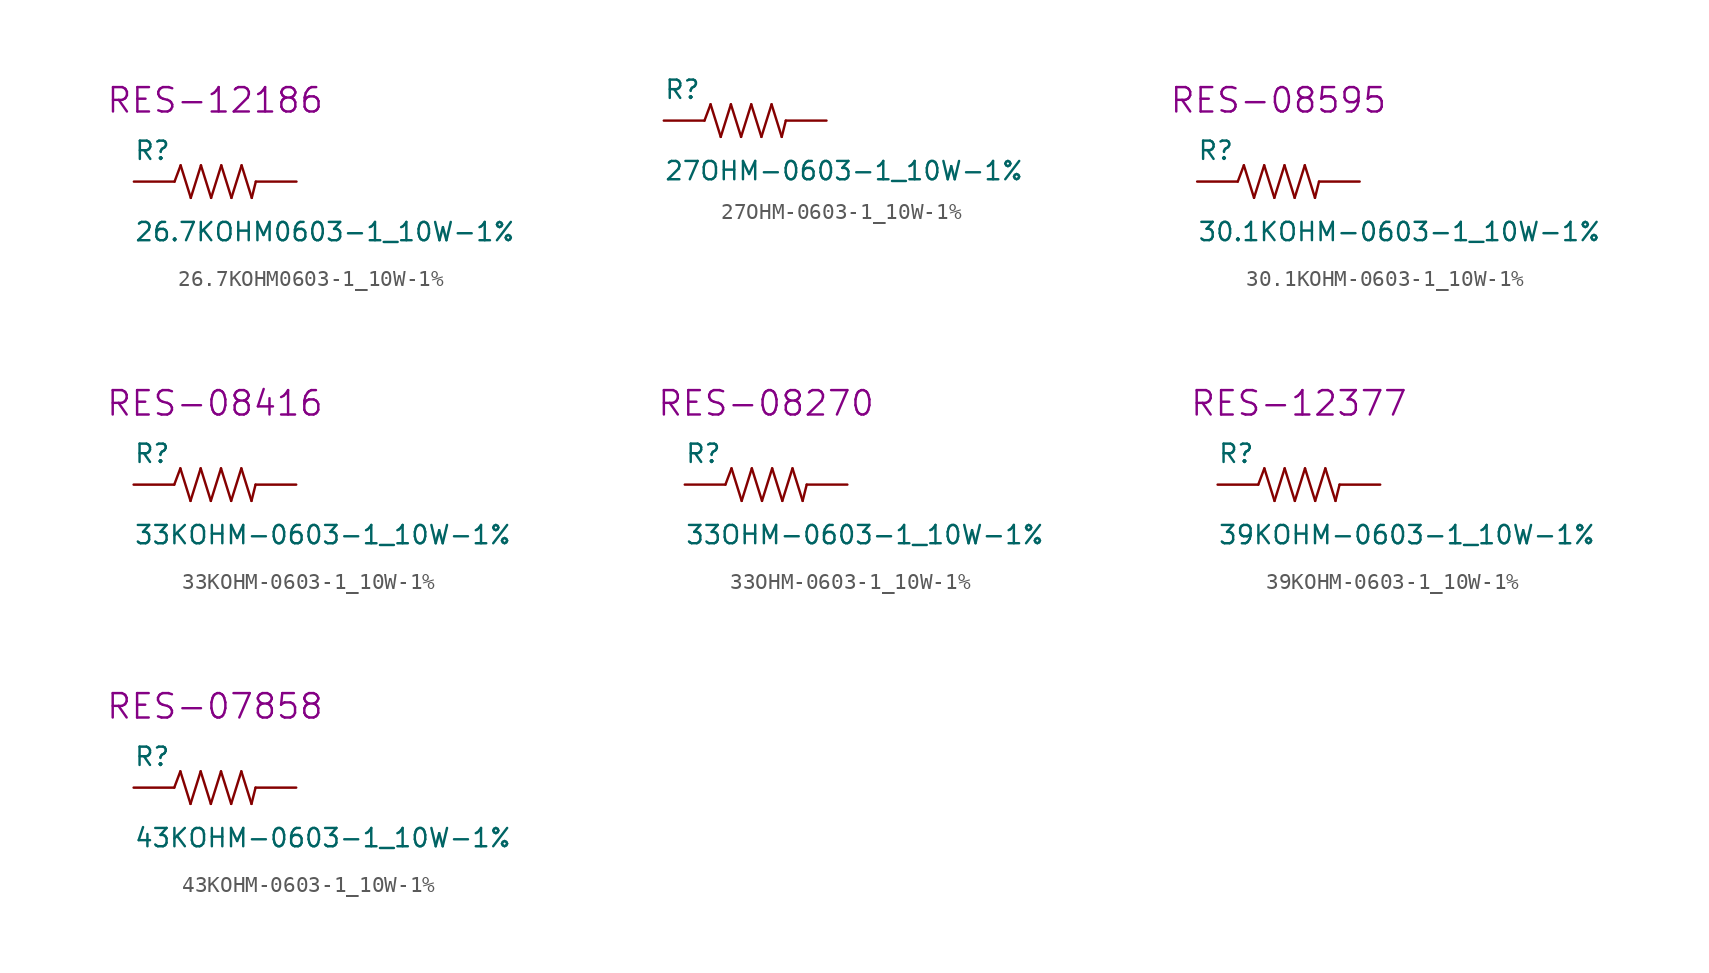
<source format=kicad_sym>
(kicad_symbol_lib
  (version 20211014)
  (generator kicad_symbol_editor)
  (symbol "26.7KOHM0603-1_10W-1%"
    (pin_numbers hide)
    (pin_names
      (offset 1.016) hide)
    (property "Reference" "R"
      (at -5.08 1.27 0)
      (effects (font (size 1.143 1.143)) (justify left bottom)))
    (property "Value" "26.7KOHM0603-1_10W-1%"
      (at -5.08 -3.81 0)
      (effects (font (size 1.143 1.143)) (justify left bottom)))
    (property "Field4" "RES-12186"
      (at 0 5.08 0)
      (effects (font (size 1.524 1.524))))
    (property "ki_locked" ""
      (at 0 0 0)
      (effects (font (size 1.27 1.27))))
    (symbol "26.7KOHM0603-1_10W-1%_1_0"
      (polyline (pts (xy -2.54 0) (xy -2.159 1.016)) (stroke (width 0) (type default) (color 0 0 0 0)) (fill (type none)))
      (polyline (pts (xy -2.159 1.016) (xy -1.524 -1.016)) (stroke (width 0) (type default) (color 0 0 0 0)) (fill (type none)))
      (polyline (pts (xy -1.524 -1.016) (xy -0.889 1.016)) (stroke (width 0) (type default) (color 0 0 0 0)) (fill (type none)))
      (polyline (pts (xy -0.889 1.016) (xy -0.254 -1.016)) (stroke (width 0) (type default) (color 0 0 0 0)) (fill (type none)))
      (polyline (pts (xy -0.254 -1.016) (xy 0.381 1.016)) (stroke (width 0) (type default) (color 0 0 0 0)) (fill (type none)))
      (polyline (pts (xy 0.381 1.016) (xy 1.016 -1.016)) (stroke (width 0) (type default) (color 0 0 0 0)) (fill (type none)))
      (polyline (pts (xy 1.016 -1.016) (xy 1.651 1.016)) (stroke (width 0) (type default) (color 0 0 0 0)) (fill (type none)))
      (polyline (pts (xy 1.651 1.016) (xy 2.286 -1.016)) (stroke (width 0) (type default) (color 0 0 0 0)) (fill (type none)))
      (polyline (pts (xy 2.286 -1.016) (xy 2.54 0)) (stroke (width 0) (type default) (color 0 0 0 0)) (fill (type none))))
    (symbol "26.7KOHM0603-1_10W-1%_1_1"
      (pin passive line (at -5.08 0 0) (length 2.54) (name "1" (effects (font (size 1.016 1.016)))) (number "1" (effects (font (size 1.016 1.016)))))
      (pin passive line (at 5.08 0 180) (length 2.54) (name "2" (effects (font (size 1.016 1.016)))) (number "2" (effects (font (size 1.016 1.016)))))))
  (symbol "27OHM-0603-1_10W-1%"
    (pin_numbers hide)
    (pin_names
      (offset 1.016) hide)
    (property "Reference" "R"
      (at -5.08 1.27 0)
      (effects (font (size 1.143 1.143)) (justify left bottom)))
    (property "Value" "27OHM-0603-1_10W-1%"
      (at -5.08 -3.81 0)
      (effects (font (size 1.143 1.143)) (justify left bottom)))
    (property "ki_locked" ""
      (at 0 0 0)
      (effects (font (size 1.27 1.27))))
    (symbol "27OHM-0603-1_10W-1%_1_0"
      (polyline (pts (xy -2.54 0) (xy -2.159 1.016)) (stroke (width 0) (type default) (color 0 0 0 0)) (fill (type none)))
      (polyline (pts (xy -2.159 1.016) (xy -1.524 -1.016)) (stroke (width 0) (type default) (color 0 0 0 0)) (fill (type none)))
      (polyline (pts (xy -1.524 -1.016) (xy -0.889 1.016)) (stroke (width 0) (type default) (color 0 0 0 0)) (fill (type none)))
      (polyline (pts (xy -0.889 1.016) (xy -0.254 -1.016)) (stroke (width 0) (type default) (color 0 0 0 0)) (fill (type none)))
      (polyline (pts (xy -0.254 -1.016) (xy 0.381 1.016)) (stroke (width 0) (type default) (color 0 0 0 0)) (fill (type none)))
      (polyline (pts (xy 0.381 1.016) (xy 1.016 -1.016)) (stroke (width 0) (type default) (color 0 0 0 0)) (fill (type none)))
      (polyline (pts (xy 1.016 -1.016) (xy 1.651 1.016)) (stroke (width 0) (type default) (color 0 0 0 0)) (fill (type none)))
      (polyline (pts (xy 1.651 1.016) (xy 2.286 -1.016)) (stroke (width 0) (type default) (color 0 0 0 0)) (fill (type none)))
      (polyline (pts (xy 2.286 -1.016) (xy 2.54 0)) (stroke (width 0) (type default) (color 0 0 0 0)) (fill (type none))))
    (symbol "27OHM-0603-1_10W-1%_1_1"
      (pin passive line (at -5.08 0 0) (length 2.54) (name "1" (effects (font (size 1.016 1.016)))) (number "1" (effects (font (size 1.016 1.016)))))
      (pin passive line (at 5.08 0 180) (length 2.54) (name "2" (effects (font (size 1.016 1.016)))) (number "2" (effects (font (size 1.016 1.016)))))))
  (symbol "30.1KOHM-0603-1_10W-1%"
    (pin_numbers hide)
    (pin_names
      (offset 1.016) hide)
    (property "Reference" "R"
      (at -5.08 1.27 0)
      (effects (font (size 1.143 1.143)) (justify left bottom)))
    (property "Value" "30.1KOHM-0603-1_10W-1%"
      (at -5.08 -3.81 0)
      (effects (font (size 1.143 1.143)) (justify left bottom)))
    (property "Field4" "RES-08595"
      (at 0 5.08 0)
      (effects (font (size 1.524 1.524))))
    (property "ki_locked" ""
      (at 0 0 0)
      (effects (font (size 1.27 1.27))))
    (symbol "30.1KOHM-0603-1_10W-1%_1_0"
      (polyline (pts (xy -2.54 0) (xy -2.159 1.016)) (stroke (width 0) (type default) (color 0 0 0 0)) (fill (type none)))
      (polyline (pts (xy -2.159 1.016) (xy -1.524 -1.016)) (stroke (width 0) (type default) (color 0 0 0 0)) (fill (type none)))
      (polyline (pts (xy -1.524 -1.016) (xy -0.889 1.016)) (stroke (width 0) (type default) (color 0 0 0 0)) (fill (type none)))
      (polyline (pts (xy -0.889 1.016) (xy -0.254 -1.016)) (stroke (width 0) (type default) (color 0 0 0 0)) (fill (type none)))
      (polyline (pts (xy -0.254 -1.016) (xy 0.381 1.016)) (stroke (width 0) (type default) (color 0 0 0 0)) (fill (type none)))
      (polyline (pts (xy 0.381 1.016) (xy 1.016 -1.016)) (stroke (width 0) (type default) (color 0 0 0 0)) (fill (type none)))
      (polyline (pts (xy 1.016 -1.016) (xy 1.651 1.016)) (stroke (width 0) (type default) (color 0 0 0 0)) (fill (type none)))
      (polyline (pts (xy 1.651 1.016) (xy 2.286 -1.016)) (stroke (width 0) (type default) (color 0 0 0 0)) (fill (type none)))
      (polyline (pts (xy 2.286 -1.016) (xy 2.54 0)) (stroke (width 0) (type default) (color 0 0 0 0)) (fill (type none))))
    (symbol "30.1KOHM-0603-1_10W-1%_1_1"
      (pin passive line (at -5.08 0 0) (length 2.54) (name "1" (effects (font (size 1.016 1.016)))) (number "1" (effects (font (size 1.016 1.016)))))
      (pin passive line (at 5.08 0 180) (length 2.54) (name "2" (effects (font (size 1.016 1.016)))) (number "2" (effects (font (size 1.016 1.016)))))))
  (symbol "33KOHM-0603-1_10W-1%"
    (pin_numbers hide)
    (pin_names
      (offset 1.016) hide)
    (property "Reference" "R"
      (at -5.08 1.27 0)
      (effects (font (size 1.143 1.143)) (justify left bottom)))
    (property "Value" "33KOHM-0603-1_10W-1%"
      (at -5.08 -3.81 0)
      (effects (font (size 1.143 1.143)) (justify left bottom)))
    (property "Field4" "RES-08416"
      (at 0 5.08 0)
      (effects (font (size 1.524 1.524))))
    (property "ki_locked" ""
      (at 0 0 0)
      (effects (font (size 1.27 1.27))))
    (symbol "33KOHM-0603-1_10W-1%_1_0"
      (polyline (pts (xy -2.54 0) (xy -2.159 1.016)) (stroke (width 0) (type default) (color 0 0 0 0)) (fill (type none)))
      (polyline (pts (xy -2.159 1.016) (xy -1.524 -1.016)) (stroke (width 0) (type default) (color 0 0 0 0)) (fill (type none)))
      (polyline (pts (xy -1.524 -1.016) (xy -0.889 1.016)) (stroke (width 0) (type default) (color 0 0 0 0)) (fill (type none)))
      (polyline (pts (xy -0.889 1.016) (xy -0.254 -1.016)) (stroke (width 0) (type default) (color 0 0 0 0)) (fill (type none)))
      (polyline (pts (xy -0.254 -1.016) (xy 0.381 1.016)) (stroke (width 0) (type default) (color 0 0 0 0)) (fill (type none)))
      (polyline (pts (xy 0.381 1.016) (xy 1.016 -1.016)) (stroke (width 0) (type default) (color 0 0 0 0)) (fill (type none)))
      (polyline (pts (xy 1.016 -1.016) (xy 1.651 1.016)) (stroke (width 0) (type default) (color 0 0 0 0)) (fill (type none)))
      (polyline (pts (xy 1.651 1.016) (xy 2.286 -1.016)) (stroke (width 0) (type default) (color 0 0 0 0)) (fill (type none)))
      (polyline (pts (xy 2.286 -1.016) (xy 2.54 0)) (stroke (width 0) (type default) (color 0 0 0 0)) (fill (type none))))
    (symbol "33KOHM-0603-1_10W-1%_1_1"
      (pin passive line (at -5.08 0 0) (length 2.54) (name "1" (effects (font (size 1.016 1.016)))) (number "1" (effects (font (size 1.016 1.016)))))
      (pin passive line (at 5.08 0 180) (length 2.54) (name "2" (effects (font (size 1.016 1.016)))) (number "2" (effects (font (size 1.016 1.016)))))))
  (symbol "33OHM-0603-1_10W-1%"
    (pin_numbers hide)
    (pin_names
      (offset 1.016) hide)
    (property "Reference" "R"
      (at -5.08 1.27 0)
      (effects (font (size 1.143 1.143)) (justify left bottom)))
    (property "Value" "33OHM-0603-1_10W-1%"
      (at -5.08 -3.81 0)
      (effects (font (size 1.143 1.143)) (justify left bottom)))
    (property "Field4" "RES-08270"
      (at 0 5.08 0)
      (effects (font (size 1.524 1.524))))
    (property "ki_locked" ""
      (at 0 0 0)
      (effects (font (size 1.27 1.27))))
    (symbol "33OHM-0603-1_10W-1%_1_0"
      (polyline (pts (xy -2.54 0) (xy -2.159 1.016)) (stroke (width 0) (type default) (color 0 0 0 0)) (fill (type none)))
      (polyline (pts (xy -2.159 1.016) (xy -1.524 -1.016)) (stroke (width 0) (type default) (color 0 0 0 0)) (fill (type none)))
      (polyline (pts (xy -1.524 -1.016) (xy -0.889 1.016)) (stroke (width 0) (type default) (color 0 0 0 0)) (fill (type none)))
      (polyline (pts (xy -0.889 1.016) (xy -0.254 -1.016)) (stroke (width 0) (type default) (color 0 0 0 0)) (fill (type none)))
      (polyline (pts (xy -0.254 -1.016) (xy 0.381 1.016)) (stroke (width 0) (type default) (color 0 0 0 0)) (fill (type none)))
      (polyline (pts (xy 0.381 1.016) (xy 1.016 -1.016)) (stroke (width 0) (type default) (color 0 0 0 0)) (fill (type none)))
      (polyline (pts (xy 1.016 -1.016) (xy 1.651 1.016)) (stroke (width 0) (type default) (color 0 0 0 0)) (fill (type none)))
      (polyline (pts (xy 1.651 1.016) (xy 2.286 -1.016)) (stroke (width 0) (type default) (color 0 0 0 0)) (fill (type none)))
      (polyline (pts (xy 2.286 -1.016) (xy 2.54 0)) (stroke (width 0) (type default) (color 0 0 0 0)) (fill (type none))))
    (symbol "33OHM-0603-1_10W-1%_1_1"
      (pin passive line (at -5.08 0 0) (length 2.54) (name "1" (effects (font (size 1.016 1.016)))) (number "1" (effects (font (size 1.016 1.016)))))
      (pin passive line (at 5.08 0 180) (length 2.54) (name "2" (effects (font (size 1.016 1.016)))) (number "2" (effects (font (size 1.016 1.016)))))))
  (symbol "39KOHM-0603-1_10W-1%"
    (pin_numbers hide)
    (pin_names
      (offset 1.016) hide)
    (property "Reference" "R"
      (at -5.08 1.27 0)
      (effects (font (size 1.143 1.143)) (justify left bottom)))
    (property "Value" "39KOHM-0603-1_10W-1%"
      (at -5.08 -3.81 0)
      (effects (font (size 1.143 1.143)) (justify left bottom)))
    (property "Field4" "RES-12377"
      (at 0 5.08 0)
      (effects (font (size 1.524 1.524))))
    (property "ki_locked" ""
      (at 0 0 0)
      (effects (font (size 1.27 1.27))))
    (symbol "39KOHM-0603-1_10W-1%_1_0"
      (polyline (pts (xy -2.54 0) (xy -2.159 1.016)) (stroke (width 0) (type default) (color 0 0 0 0)) (fill (type none)))
      (polyline (pts (xy -2.159 1.016) (xy -1.524 -1.016)) (stroke (width 0) (type default) (color 0 0 0 0)) (fill (type none)))
      (polyline (pts (xy -1.524 -1.016) (xy -0.889 1.016)) (stroke (width 0) (type default) (color 0 0 0 0)) (fill (type none)))
      (polyline (pts (xy -0.889 1.016) (xy -0.254 -1.016)) (stroke (width 0) (type default) (color 0 0 0 0)) (fill (type none)))
      (polyline (pts (xy -0.254 -1.016) (xy 0.381 1.016)) (stroke (width 0) (type default) (color 0 0 0 0)) (fill (type none)))
      (polyline (pts (xy 0.381 1.016) (xy 1.016 -1.016)) (stroke (width 0) (type default) (color 0 0 0 0)) (fill (type none)))
      (polyline (pts (xy 1.016 -1.016) (xy 1.651 1.016)) (stroke (width 0) (type default) (color 0 0 0 0)) (fill (type none)))
      (polyline (pts (xy 1.651 1.016) (xy 2.286 -1.016)) (stroke (width 0) (type default) (color 0 0 0 0)) (fill (type none)))
      (polyline (pts (xy 2.286 -1.016) (xy 2.54 0)) (stroke (width 0) (type default) (color 0 0 0 0)) (fill (type none))))
    (symbol "39KOHM-0603-1_10W-1%_1_1"
      (pin passive line (at -5.08 0 0) (length 2.54) (name "1" (effects (font (size 1.016 1.016)))) (number "1" (effects (font (size 1.016 1.016)))))
      (pin passive line (at 5.08 0 180) (length 2.54) (name "2" (effects (font (size 1.016 1.016)))) (number "2" (effects (font (size 1.016 1.016)))))))
  (symbol "43KOHM-0603-1_10W-1%"
    (pin_numbers hide)
    (pin_names
      (offset 1.016) hide)
    (property "Reference" "R"
      (at -5.08 1.27 0)
      (effects (font (size 1.143 1.143)) (justify left bottom)))
    (property "Value" "43KOHM-0603-1_10W-1%"
      (at -5.08 -3.81 0)
      (effects (font (size 1.143 1.143)) (justify left bottom)))
    (property "Field4" "RES-07858"
      (at 0 5.08 0)
      (effects (font (size 1.524 1.524))))
    (property "ki_locked" ""
      (at 0 0 0)
      (effects (font (size 1.27 1.27))))
    (symbol "43KOHM-0603-1_10W-1%_1_0"
      (polyline (pts (xy -2.54 0) (xy -2.159 1.016)) (stroke (width 0) (type default) (color 0 0 0 0)) (fill (type none)))
      (polyline (pts (xy -2.159 1.016) (xy -1.524 -1.016)) (stroke (width 0) (type default) (color 0 0 0 0)) (fill (type none)))
      (polyline (pts (xy -1.524 -1.016) (xy -0.889 1.016)) (stroke (width 0) (type default) (color 0 0 0 0)) (fill (type none)))
      (polyline (pts (xy -0.889 1.016) (xy -0.254 -1.016)) (stroke (width 0) (type default) (color 0 0 0 0)) (fill (type none)))
      (polyline (pts (xy -0.254 -1.016) (xy 0.381 1.016)) (stroke (width 0) (type default) (color 0 0 0 0)) (fill (type none)))
      (polyline (pts (xy 0.381 1.016) (xy 1.016 -1.016)) (stroke (width 0) (type default) (color 0 0 0 0)) (fill (type none)))
      (polyline (pts (xy 1.016 -1.016) (xy 1.651 1.016)) (stroke (width 0) (type default) (color 0 0 0 0)) (fill (type none)))
      (polyline (pts (xy 1.651 1.016) (xy 2.286 -1.016)) (stroke (width 0) (type default) (color 0 0 0 0)) (fill (type none)))
      (polyline (pts (xy 2.286 -1.016) (xy 2.54 0)) (stroke (width 0) (type default) (color 0 0 0 0)) (fill (type none))))
    (symbol "43KOHM-0603-1_10W-1%_1_1"
      (pin passive line (at -5.08 0 0) (length 2.54) (name "1" (effects (font (size 1.016 1.016)))) (number "1" (effects (font (size 1.016 1.016)))))
      (pin passive line (at 5.08 0 180) (length 2.54) (name "2" (effects (font (size 1.016 1.016)))) (number "2" (effects (font (size 1.016 1.016))))))))
</source>
